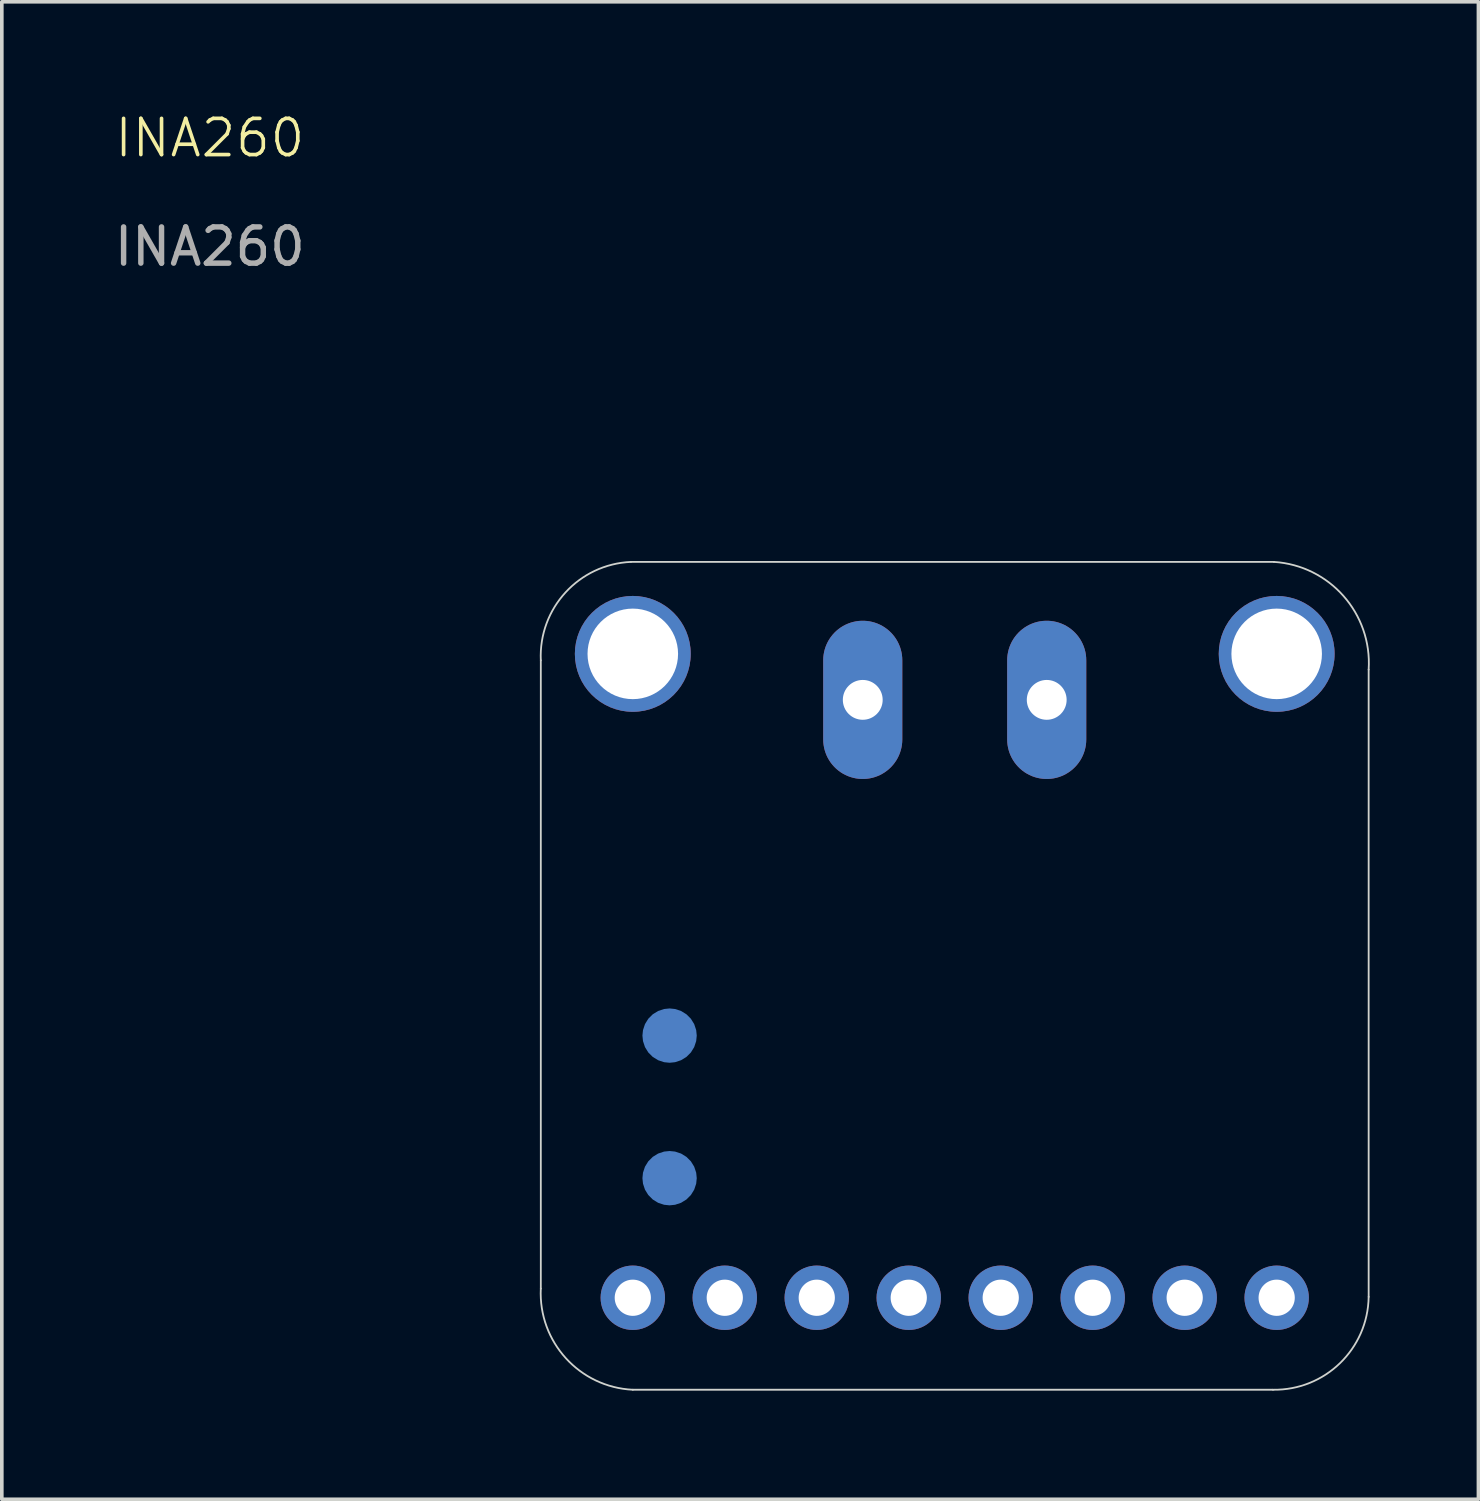
<source format=kicad_pcb>
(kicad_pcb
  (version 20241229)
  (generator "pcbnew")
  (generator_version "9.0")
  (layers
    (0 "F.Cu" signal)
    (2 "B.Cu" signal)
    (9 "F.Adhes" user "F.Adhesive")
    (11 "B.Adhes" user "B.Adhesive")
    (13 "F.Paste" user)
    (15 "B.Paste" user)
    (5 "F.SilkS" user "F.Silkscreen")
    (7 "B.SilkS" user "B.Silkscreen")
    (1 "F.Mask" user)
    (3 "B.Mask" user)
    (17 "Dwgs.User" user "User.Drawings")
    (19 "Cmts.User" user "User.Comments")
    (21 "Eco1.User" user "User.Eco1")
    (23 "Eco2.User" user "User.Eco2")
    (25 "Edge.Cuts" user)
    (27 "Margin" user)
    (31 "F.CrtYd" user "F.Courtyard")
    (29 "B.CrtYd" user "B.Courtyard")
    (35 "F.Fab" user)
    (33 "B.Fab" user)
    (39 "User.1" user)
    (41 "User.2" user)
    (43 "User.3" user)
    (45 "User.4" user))
  (footprint "INA260"
    (layer "F.Cu")
    (at 11.744 12.261)
    (property "Reference" "INA260" (at -9 -11.5 0) (unlocked yes) (layer "F.SilkS") (effects (font (size 1 1) (thickness 0.1))))
    (attr smd)
    (fp_line (start 0.14 2.923) (end 0.14 20.271) (stroke (width 0.05) (type solid)) (layer "Edge.Cuts"))
    (fp_line (start 2.68 23.065) (end 20.358 23.065) (stroke (width 0.05) (type solid)) (layer "Edge.Cuts"))
    (fp_line (start 20.384 0.205) (end 2.629 0.205) (stroke (width 0.05) (type solid)) (layer "Edge.Cuts"))
    (fp_line (start 23 20.5) (end 23 3.177) (stroke (width 0.05) (type solid)) (layer "Edge.Cuts"))
    (fp_arc (start 0.14 2.9232) (mid 0.821725 1.04877) (end 2.6292 0.2054) (stroke (width 0.05) (type solid)) (layer "Edge.Cuts"))
    (fp_arc (start 2.68 23.0654) (mid 0.831344 22.194451) (end 0.14 20.2714) (stroke (width 0.05) (type solid)) (layer "Edge.Cuts"))
    (fp_arc (start 20.3838 0.2054) (mid 22.30738 1.149467) (end 23 3.1772) (stroke (width 0.05) (type solid)) (layer "Edge.Cuts"))
    (fp_arc (start 23 20.5) (mid 22.210512 22.329793) (end 20.3584 23.0654) (stroke (width 0.05) (type solid)) (layer "Edge.Cuts"))
    (fp_text user "${REFERENCE}" (at -9 -8.5 0) (unlocked yes) (layer "F.Fab") (effects (font (size 1 1) (thickness 0.15))))
    (pad "1" thru_hole circle (at 2.68 20.525 90) (size 1.778 1.778) (drill 1) (layers "*.Cu" "*.Mask"))
    (pad "2" thru_hole circle (at 5.22 20.525 90) (size 1.778 1.778) (drill 1) (layers "*.Cu" "*.Mask"))
    (pad "3" thru_hole circle (at 7.76 20.525 90) (size 1.778 1.778) (drill 1) (layers "*.Cu" "*.Mask"))
    (pad "4" thru_hole circle (at 10.3 20.525 90) (size 1.778 1.778) (drill 1) (layers "*.Cu" "*.Mask"))
    (pad "5" thru_hole circle (at 12.84 20.525 90) (size 1.778 1.778) (drill 1) (layers "*.Cu" "*.Mask"))
    (pad "6" thru_hole circle (at 15.38 20.525 90) (size 1.778 1.778) (drill 1) (layers "*.Cu" "*.Mask"))
    (pad "7" thru_hole circle (at 17.92 20.525 90) (size 1.778 1.778) (drill 1) (layers "*.Cu" "*.Mask"))
    (pad "8" thru_hole circle (at 20.46 20.525 90) (size 1.778 1.778) (drill 1) (layers "*.Cu" "*.Mask"))
    (pad "P$1" thru_hole circle (at 2.68 2.745) (size 3.2 3.2) (drill 2.5) (layers "*.Cu" "*.Mask"))
    (pad "P$1" smd roundrect (at 3.696 13.286 180) (size 1.5 1.5) (layers "B.Cu" "B.Mask") (roundrect_rratio 0.5))
    (pad "P$1" smd roundrect (at 3.696 17.223 180) (size 1.5 1.5) (layers "B.Cu" "B.Mask") (roundrect_rratio 0.5))
    (pad "P$1" thru_hole circle (at 20.46 2.745) (size 3.2 3.2) (drill 2.5) (layers "*.Cu" "*.Mask"))
    (pad "P$3" thru_hole oval (at 9.03 4.015 90) (size 4.369 2.184) (drill 1.1) (layers "*.Cu" "*.Mask"))
    (pad "P$4" thru_hole oval (at 14.11 4.015 90) (size 4.369 2.184) (drill 1.1) (layers "*.Cu" "*.Mask")))
  (gr_rect
    (start -3 -3)
    (end 37.775 38.351)
    (stroke (width 0.1) (type default))
    (fill no)
    (layer "Edge.Cuts")))
</source>
